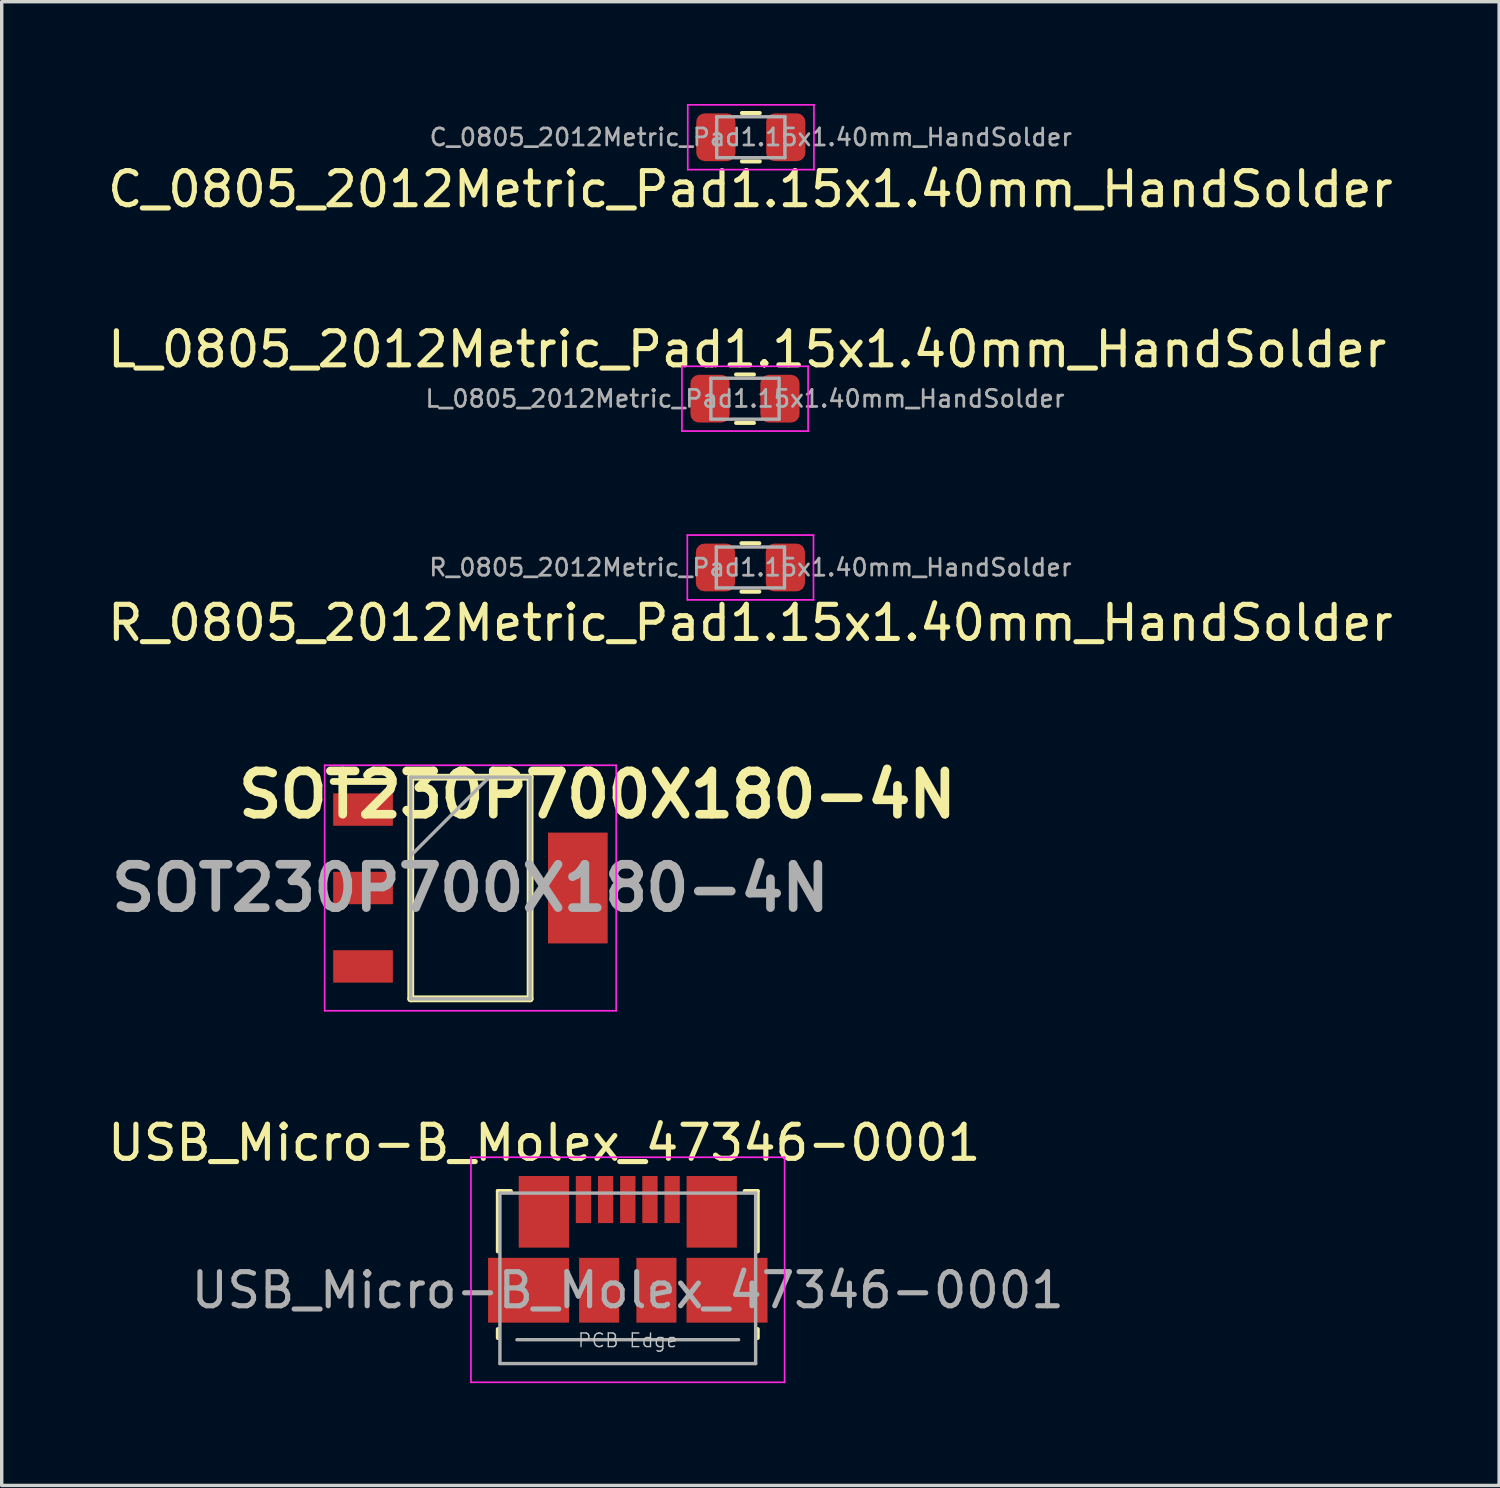
<source format=kicad_pcb>
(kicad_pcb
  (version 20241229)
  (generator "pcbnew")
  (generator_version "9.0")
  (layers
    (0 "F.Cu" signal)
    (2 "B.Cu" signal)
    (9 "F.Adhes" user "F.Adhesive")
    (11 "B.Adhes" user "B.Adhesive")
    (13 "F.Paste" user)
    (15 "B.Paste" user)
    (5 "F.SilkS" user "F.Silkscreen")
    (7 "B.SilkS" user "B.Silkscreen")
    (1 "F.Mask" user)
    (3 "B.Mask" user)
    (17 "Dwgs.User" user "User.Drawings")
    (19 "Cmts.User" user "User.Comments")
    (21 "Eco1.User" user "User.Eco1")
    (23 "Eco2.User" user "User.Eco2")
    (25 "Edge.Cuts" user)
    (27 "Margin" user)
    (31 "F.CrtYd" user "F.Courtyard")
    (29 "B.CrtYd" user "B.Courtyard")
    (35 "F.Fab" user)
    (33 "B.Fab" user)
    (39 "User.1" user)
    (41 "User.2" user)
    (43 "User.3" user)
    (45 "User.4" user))
  (footprint "C_0805_2012Metric_Pad1.15x1.40mm_HandSolder"
    (layer "F.Cu")
    (at 18.971 0.975)
    (property "Reference" "C_0805_2012Metric_Pad1.15x1.40mm_HandSolder" (at -0.013 1.524 180) (layer "F.SilkS") (effects (font (size 1 1) (thickness 0.15))))
    (attr smd)
    (fp_line (start -0.261 -0.71) (end 0.261 -0.71) (stroke (width 0.12) (type solid)) (layer "F.SilkS"))
    (fp_line (start -0.261 0.71) (end 0.261 0.71) (stroke (width 0.12) (type solid)) (layer "F.SilkS"))
    (fp_line (start -1.85 -0.95) (end 1.85 -0.95) (stroke (width 0.05) (type solid)) (layer "F.CrtYd"))
    (fp_line (start -1.85 0.95) (end -1.85 -0.95) (stroke (width 0.05) (type solid)) (layer "F.CrtYd"))
    (fp_line (start 1.85 -0.95) (end 1.85 0.95) (stroke (width 0.05) (type solid)) (layer "F.CrtYd"))
    (fp_line (start 1.85 0.95) (end -1.85 0.95) (stroke (width 0.05) (type solid)) (layer "F.CrtYd"))
    (fp_line (start -1 -0.6) (end 1 -0.6) (stroke (width 0.1) (type solid)) (layer "F.Fab"))
    (fp_line (start -1 0.6) (end -1 -0.6) (stroke (width 0.1) (type solid)) (layer "F.Fab"))
    (fp_line (start 1 -0.6) (end 1 0.6) (stroke (width 0.1) (type solid)) (layer "F.Fab"))
    (fp_line (start 1 0.6) (end -1 0.6) (stroke (width 0.1) (type solid)) (layer "F.Fab"))
    (fp_text user "${REFERENCE}" (at 0 0 180) (layer "F.Fab") (effects (font (size 0.5 0.5) (thickness 0.08))))
    (pad "1" smd roundrect (at -1.025 0) (size 1.15 1.4) (layers "F.Cu" "F.Mask" "F.Paste") (roundrect_rratio 0.217))
    (pad "2" smd roundrect (at 1.025 0) (size 1.15 1.4) (layers "F.Cu" "F.Mask" "F.Paste") (roundrect_rratio 0.217)))
  (footprint "R_0805_2012Metric_Pad1.15x1.40mm_HandSolder"
    (layer "F.Cu")
    (at 18.958 13.593)
    (property "Reference" "R_0805_2012Metric_Pad1.15x1.40mm_HandSolder" (at 0 1.626 180) (layer "F.SilkS") (effects (font (size 1 1) (thickness 0.15))))
    (attr smd)
    (fp_line (start -0.261 -0.71) (end 0.261 -0.71) (stroke (width 0.12) (type solid)) (layer "F.SilkS"))
    (fp_line (start -0.261 0.71) (end 0.261 0.71) (stroke (width 0.12) (type solid)) (layer "F.SilkS"))
    (fp_line (start -1.85 -0.95) (end 1.85 -0.95) (stroke (width 0.05) (type solid)) (layer "F.CrtYd"))
    (fp_line (start -1.85 0.95) (end -1.85 -0.95) (stroke (width 0.05) (type solid)) (layer "F.CrtYd"))
    (fp_line (start 1.85 -0.95) (end 1.85 0.95) (stroke (width 0.05) (type solid)) (layer "F.CrtYd"))
    (fp_line (start 1.85 0.95) (end -1.85 0.95) (stroke (width 0.05) (type solid)) (layer "F.CrtYd"))
    (fp_line (start -1 -0.6) (end 1 -0.6) (stroke (width 0.1) (type solid)) (layer "F.Fab"))
    (fp_line (start -1 0.6) (end -1 -0.6) (stroke (width 0.1) (type solid)) (layer "F.Fab"))
    (fp_line (start 1 -0.6) (end 1 0.6) (stroke (width 0.1) (type solid)) (layer "F.Fab"))
    (fp_line (start 1 0.6) (end -1 0.6) (stroke (width 0.1) (type solid)) (layer "F.Fab"))
    (fp_text user "${REFERENCE}" (at 0 0 180) (layer "F.Fab") (effects (font (size 0.5 0.5) (thickness 0.08))))
    (pad "1" smd roundrect (at -1.025 0) (size 1.15 1.4) (layers "F.Cu" "F.Mask" "F.Paste") (roundrect_rratio 0.217))
    (pad "2" smd roundrect (at 1.025 0) (size 1.15 1.4) (layers "F.Cu" "F.Mask" "F.Paste") (roundrect_rratio 0.217)))
  (footprint "L_0805_2012Metric_Pad1.15x1.40mm_HandSolder"
    (layer "F.Cu")
    (at 18.8 8.643)
    (property "Reference" "L_0805_2012Metric_Pad1.15x1.40mm_HandSolder" (at 0.064 -1.448 0) (layer "F.SilkS") (effects (font (size 1 1) (thickness 0.15))))
    (attr smd)
    (fp_line (start -0.261 -0.71) (end 0.261 -0.71) (stroke (width 0.12) (type solid)) (layer "F.SilkS"))
    (fp_line (start -0.261 0.71) (end 0.261 0.71) (stroke (width 0.12) (type solid)) (layer "F.SilkS"))
    (fp_line (start -1.85 -0.95) (end 1.85 -0.95) (stroke (width 0.05) (type solid)) (layer "F.CrtYd"))
    (fp_line (start -1.85 0.95) (end -1.85 -0.95) (stroke (width 0.05) (type solid)) (layer "F.CrtYd"))
    (fp_line (start 1.85 -0.95) (end 1.85 0.95) (stroke (width 0.05) (type solid)) (layer "F.CrtYd"))
    (fp_line (start 1.85 0.95) (end -1.85 0.95) (stroke (width 0.05) (type solid)) (layer "F.CrtYd"))
    (fp_line (start -1 -0.6) (end 1 -0.6) (stroke (width 0.1) (type solid)) (layer "F.Fab"))
    (fp_line (start -1 0.6) (end -1 -0.6) (stroke (width 0.1) (type solid)) (layer "F.Fab"))
    (fp_line (start 1 -0.6) (end 1 0.6) (stroke (width 0.1) (type solid)) (layer "F.Fab"))
    (fp_line (start 1 0.6) (end -1 0.6) (stroke (width 0.1) (type solid)) (layer "F.Fab"))
    (fp_text user "${REFERENCE}" (at 0 0 0) (layer "F.Fab") (effects (font (size 0.5 0.5) (thickness 0.08))))
    (pad "1" smd roundrect (at -1.025 0) (size 1.15 1.4) (layers "F.Cu" "F.Mask" "F.Paste") (roundrect_rratio 0.217))
    (pad "2" smd roundrect (at 1.025 0) (size 1.15 1.4) (layers "F.Cu" "F.Mask" "F.Paste") (roundrect_rratio 0.217)))
  (footprint "USB_Micro-B_Molex_47346-0001"
    (layer "F.Cu")
    (at 15.362 33.591)
    (property "Reference" "USB_Micro-B_Molex_47346-0001" (at -2.451 -3.124 0) (layer "F.SilkS") (effects (font (size 1 1) (thickness 0.15))))
    (attr smd)
    (fp_line (start -3.81 -1.71) (end -3.43 -1.71) (stroke (width 0.12) (type solid)) (layer "F.SilkS"))
    (fp_line (start -3.81 0.06) (end -3.81 -1.71) (stroke (width 0.12) (type solid)) (layer "F.SilkS"))
    (fp_line (start -3.81 2.6) (end -3.81 2.34) (stroke (width 0.12) (type solid)) (layer "F.SilkS"))
    (fp_line (start 3.81 -1.71) (end 3.43 -1.71) (stroke (width 0.12) (type solid)) (layer "F.SilkS"))
    (fp_line (start 3.81 -1.71) (end 3.81 0.06) (stroke (width 0.12) (type solid)) (layer "F.SilkS"))
    (fp_line (start 3.81 2.34) (end 3.81 2.6) (stroke (width 0.12) (type solid)) (layer "F.SilkS"))
    (fp_line (start -4.6 -2.7) (end 4.6 -2.7) (stroke (width 0.05) (type solid)) (layer "F.CrtYd"))
    (fp_line (start -4.6 3.9) (end -4.6 -2.7) (stroke (width 0.05) (type solid)) (layer "F.CrtYd"))
    (fp_line (start 4.6 -2.7) (end 4.6 3.9) (stroke (width 0.05) (type solid)) (layer "F.CrtYd"))
    (fp_line (start 4.6 3.9) (end -4.6 3.9) (stroke (width 0.05) (type solid)) (layer "F.CrtYd"))
    (fp_line (start -3.75 -1.65) (end 3.75 -1.65) (stroke (width 0.1) (type solid)) (layer "F.Fab"))
    (fp_line (start -3.75 3.35) (end -3.75 -1.65) (stroke (width 0.1) (type solid)) (layer "F.Fab"))
    (fp_line (start -3.25 2.65) (end 3.25 2.65) (stroke (width 0.1) (type solid)) (layer "F.Fab"))
    (fp_line (start 3.75 -1.65) (end 3.75 3.35) (stroke (width 0.1) (type solid)) (layer "F.Fab"))
    (fp_line (start 3.75 3.35) (end -3.75 3.35) (stroke (width 0.1) (type solid)) (layer "F.Fab"))
    (fp_text user "PCB Edge" (at 0 2.67 0) (layer "Dwgs.User") (effects (font (size 0.4 0.4) (thickness 0.04))))
    (fp_text user "${REFERENCE}" (at 0 1.2 180) (layer "F.Fab") (effects (font (size 1 1) (thickness 0.15))))
    (pad "1" smd rect (at -1.3 -1.46) (size 0.45 1.38) (layers "F.Cu" "F.Mask" "F.Paste"))
    (pad "2" smd rect (at -0.65 -1.46) (size 0.45 1.38) (layers "F.Cu" "F.Mask" "F.Paste"))
    (pad "3" smd rect (at 0 -1.46) (size 0.45 1.38) (layers "F.Cu" "F.Mask" "F.Paste"))
    (pad "4" smd rect (at 0.65 -1.46) (size 0.45 1.38) (layers "F.Cu" "F.Mask" "F.Paste"))
    (pad "5" smd rect (at 1.3 -1.46) (size 0.45 1.38) (layers "F.Cu" "F.Mask" "F.Paste"))
    (pad "6" smd rect (at -2.91 1.2) (size 2.375 1.9) (layers "F.Cu" "F.Mask" "F.Paste"))
    (pad "6" smd rect (at -2.462 -1.1) (size 1.475 2.1) (layers "F.Cu" "F.Mask" "F.Paste"))
    (pad "6" smd rect (at -0.84 1.2) (size 1.175 1.9) (layers "F.Cu" "F.Mask" "F.Paste"))
    (pad "6" smd rect (at 0.84 1.2) (size 1.175 1.9) (layers "F.Cu" "F.Mask" "F.Paste"))
    (pad "6" smd rect (at 2.462 -1.1) (size 1.475 2.1) (layers "F.Cu" "F.Mask" "F.Paste"))
    (pad "6" smd rect (at 2.91 1.2) (size 2.375 1.9) (layers "F.Cu" "F.Mask" "F.Paste")))
  (footprint "SOT230P700X180-4N"
    (layer "F.Cu")
    (at 10.747 22.994)
    (property "Reference" "SOT230P700X180-4N" (at 3.724 -2.738 0) (layer "F.SilkS") (effects (font (size 1.27 1.27) (thickness 0.254))))
    (attr smd)
    (fp_line (start -4.025 -3.125) (end -2.275 -3.125) (stroke (width 0.2) (type solid)) (layer "F.SilkS"))
    (fp_line (start -1.75 -3.25) (end 1.75 -3.25) (stroke (width 0.2) (type solid)) (layer "F.SilkS"))
    (fp_line (start -1.75 3.25) (end -1.75 -3.25) (stroke (width 0.2) (type solid)) (layer "F.SilkS"))
    (fp_line (start 1.75 -3.25) (end 1.75 3.25) (stroke (width 0.2) (type solid)) (layer "F.SilkS"))
    (fp_line (start 1.75 3.25) (end -1.75 3.25) (stroke (width 0.2) (type solid)) (layer "F.SilkS"))
    (fp_line (start -4.275 -3.6) (end 4.275 -3.6) (stroke (width 0.05) (type solid)) (layer "F.CrtYd"))
    (fp_line (start -4.275 3.6) (end -4.275 -3.6) (stroke (width 0.05) (type solid)) (layer "F.CrtYd"))
    (fp_line (start 4.275 -3.6) (end 4.275 3.6) (stroke (width 0.05) (type solid)) (layer "F.CrtYd"))
    (fp_line (start 4.275 3.6) (end -4.275 3.6) (stroke (width 0.05) (type solid)) (layer "F.CrtYd"))
    (fp_line (start -1.75 -3.25) (end 1.75 -3.25) (stroke (width 0.1) (type solid)) (layer "F.Fab"))
    (fp_line (start -1.75 -0.95) (end 0.55 -3.25) (stroke (width 0.1) (type solid)) (layer "F.Fab"))
    (fp_line (start -1.75 3.25) (end -1.75 -3.25) (stroke (width 0.1) (type solid)) (layer "F.Fab"))
    (fp_line (start 1.75 -3.25) (end 1.75 3.25) (stroke (width 0.1) (type solid)) (layer "F.Fab"))
    (fp_line (start 1.75 3.25) (end -1.75 3.25) (stroke (width 0.1) (type solid)) (layer "F.Fab"))
    (fp_text user "${REFERENCE}" (at 0 0 0) (layer "F.Fab") (effects (font (size 1.27 1.27) (thickness 0.254))))
    (pad "1" smd rect (at -3.15 -2.3 90) (size 0.95 1.75) (layers "F.Cu" "F.Mask" "F.Paste"))
    (pad "2" smd rect (at -3.15 0 90) (size 0.95 1.75) (layers "F.Cu" "F.Mask" "F.Paste"))
    (pad "3" smd rect (at -3.15 2.3 90) (size 0.95 1.75) (layers "F.Cu" "F.Mask" "F.Paste"))
    (pad "4" smd rect (at 3.15 0) (size 1.75 3.25) (layers "F.Cu" "F.Mask" "F.Paste")))
  (gr_rect
    (start -3 -3)
    (end 40.917 40.516)
    (stroke (width 0.1) (type default))
    (fill no)
    (layer "Edge.Cuts")))
</source>
